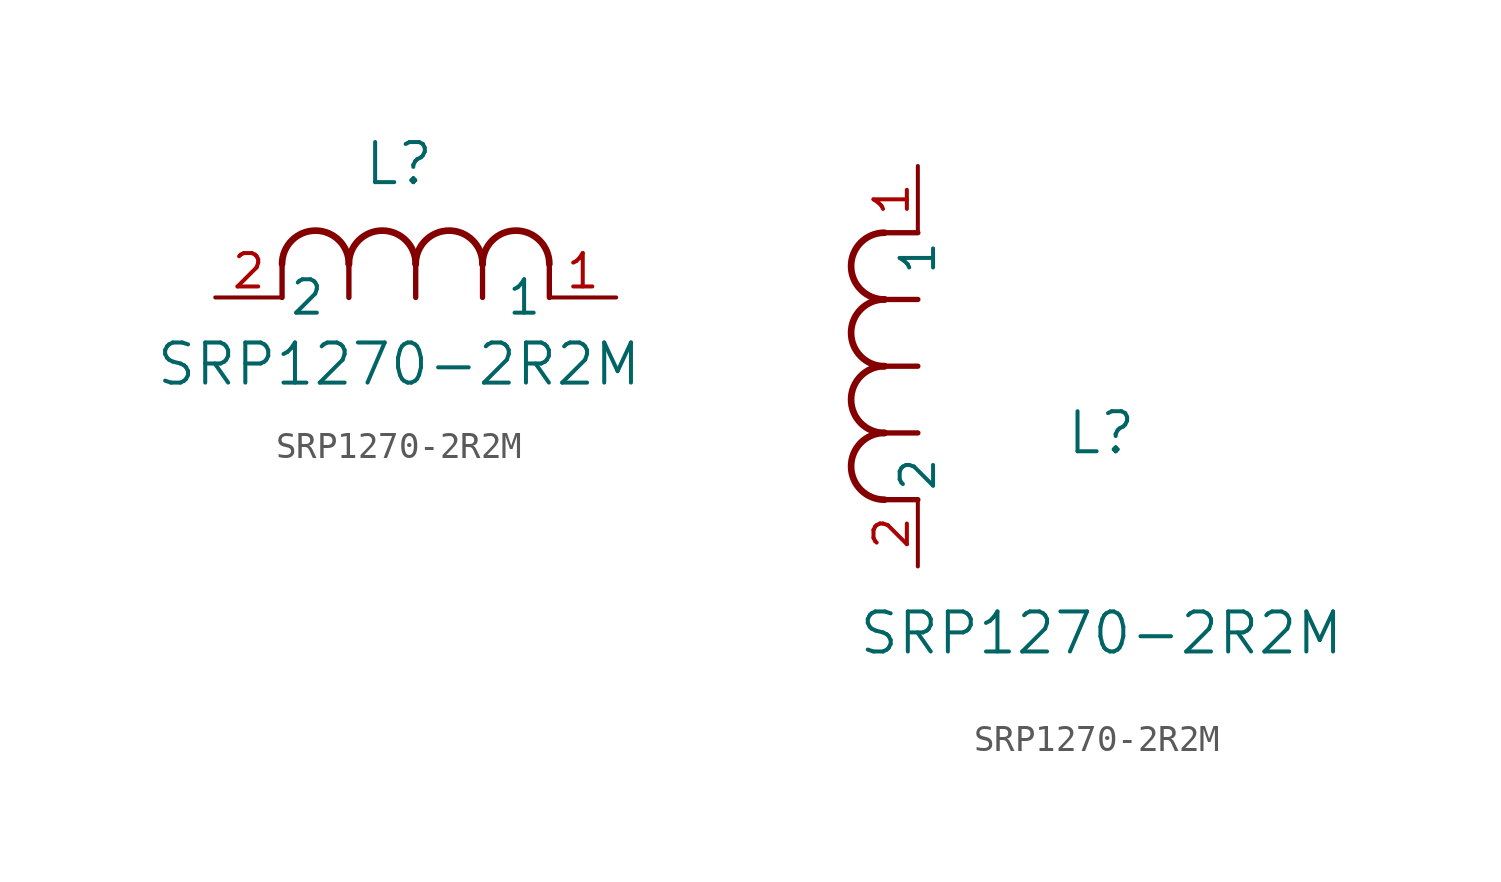
<source format=kicad_sym>
(kicad_symbol_lib
  (version 20211014)
  (generator kicad_symbol_editor)
  (symbol "SRP1270-2R2M"
    (pin_names
      (offset 0.254))
    (property "Reference" "L"
      (at 6.985 5.08 0)
      (effects (font (size 1.524 1.524))))
    (property "Value" "SRP1270-2R2M"
      (at 6.985 -2.54 0)
      (effects (font (size 1.524 1.524))))
    (symbol "SRP1270-2R2M_1_1"
      (arc (start 7.62 1.27) (mid 6.35 2.54) (end 5.08 1.27) (stroke (width 0.254) (type default) (color 0 0 0 0)) (fill (type none)))
      (polyline (pts (xy 5.08 0) (xy 5.08 1.27)) (stroke (width 0.203) (type default) (color 0 0 0 0)) (fill (type none)))
      (polyline (pts (xy 7.62 0) (xy 7.62 1.27)) (stroke (width 0.203) (type default) (color 0 0 0 0)) (fill (type none)))
      (polyline (pts (xy 12.7 0) (xy 12.7 1.27)) (stroke (width 0.203) (type default) (color 0 0 0 0)) (fill (type none)))
      (arc (start 5.08 1.27) (mid 3.81 2.54) (end 2.54 1.27) (stroke (width 0.254) (type default) (color 0 0 0 0)) (fill (type none)))
      (arc (start 10.16 1.27) (mid 8.89 2.54) (end 7.62 1.27) (stroke (width 0.254) (type default) (color 0 0 0 0)) (fill (type none)))
      (arc (start 12.7 1.27) (mid 11.43 2.54) (end 10.16 1.27) (stroke (width 0.254) (type default) (color 0 0 0 0)) (fill (type none)))
      (polyline (pts (xy 2.54 0) (xy 2.54 1.27)) (stroke (width 0.203) (type default) (color 0 0 0 0)) (fill (type none)))
      (polyline (pts (xy 10.16 0) (xy 10.16 1.27)) (stroke (width 0.203) (type default) (color 0 0 0 0)) (fill (type none)))
      (pin unspecified line (at 0 0 0) (length 2.54) (name "2" (effects (font (size 1.27 1.27)))) (number "2" (effects (font (size 1.27 1.27)))))
      (pin unspecified line (at 15.24 0 180) (length 2.54) (name "1" (effects (font (size 1.27 1.27)))) (number "1" (effects (font (size 1.27 1.27))))))
    (symbol "SRP1270-2R2M_1_2"
      (arc (start -1.27 7.62) (mid -2.54 6.35) (end -1.27 5.08) (stroke (width 0.254) (type default) (color 0 0 0 0)) (fill (type none)))
      (arc (start -1.27 5.08) (mid -2.54 3.81) (end -1.27 2.54) (stroke (width 0.254) (type default) (color 0 0 0 0)) (fill (type none)))
      (arc (start -1.27 12.7) (mid -2.54 11.43) (end -1.27 10.16) (stroke (width 0.254) (type default) (color 0 0 0 0)) (fill (type none)))
      (arc (start -1.27 10.16) (mid -2.54 8.89) (end -1.27 7.62) (stroke (width 0.254) (type default) (color 0 0 0 0)) (fill (type none)))
      (polyline (pts (xy 0 7.62) (xy -1.27 7.62)) (stroke (width 0.203) (type default) (color 0 0 0 0)) (fill (type none)))
      (polyline (pts (xy 0 5.08) (xy -1.27 5.08)) (stroke (width 0.203) (type default) (color 0 0 0 0)) (fill (type none)))
      (polyline (pts (xy 0 12.7) (xy -1.27 12.7)) (stroke (width 0.203) (type default) (color 0 0 0 0)) (fill (type none)))
      (polyline (pts (xy 0 2.54) (xy -1.27 2.54)) (stroke (width 0.203) (type default) (color 0 0 0 0)) (fill (type none)))
      (polyline (pts (xy 0 10.16) (xy -1.27 10.16)) (stroke (width 0.203) (type default) (color 0 0 0 0)) (fill (type none)))
      (pin unspecified line (at 0 0 90) (length 2.54) (name "2" (effects (font (size 1.27 1.27)))) (number "2" (effects (font (size 1.27 1.27)))))
      (pin unspecified line (at 0 15.24 270) (length 2.54) (name "1" (effects (font (size 1.27 1.27)))) (number "1" (effects (font (size 1.27 1.27))))))))
</source>
